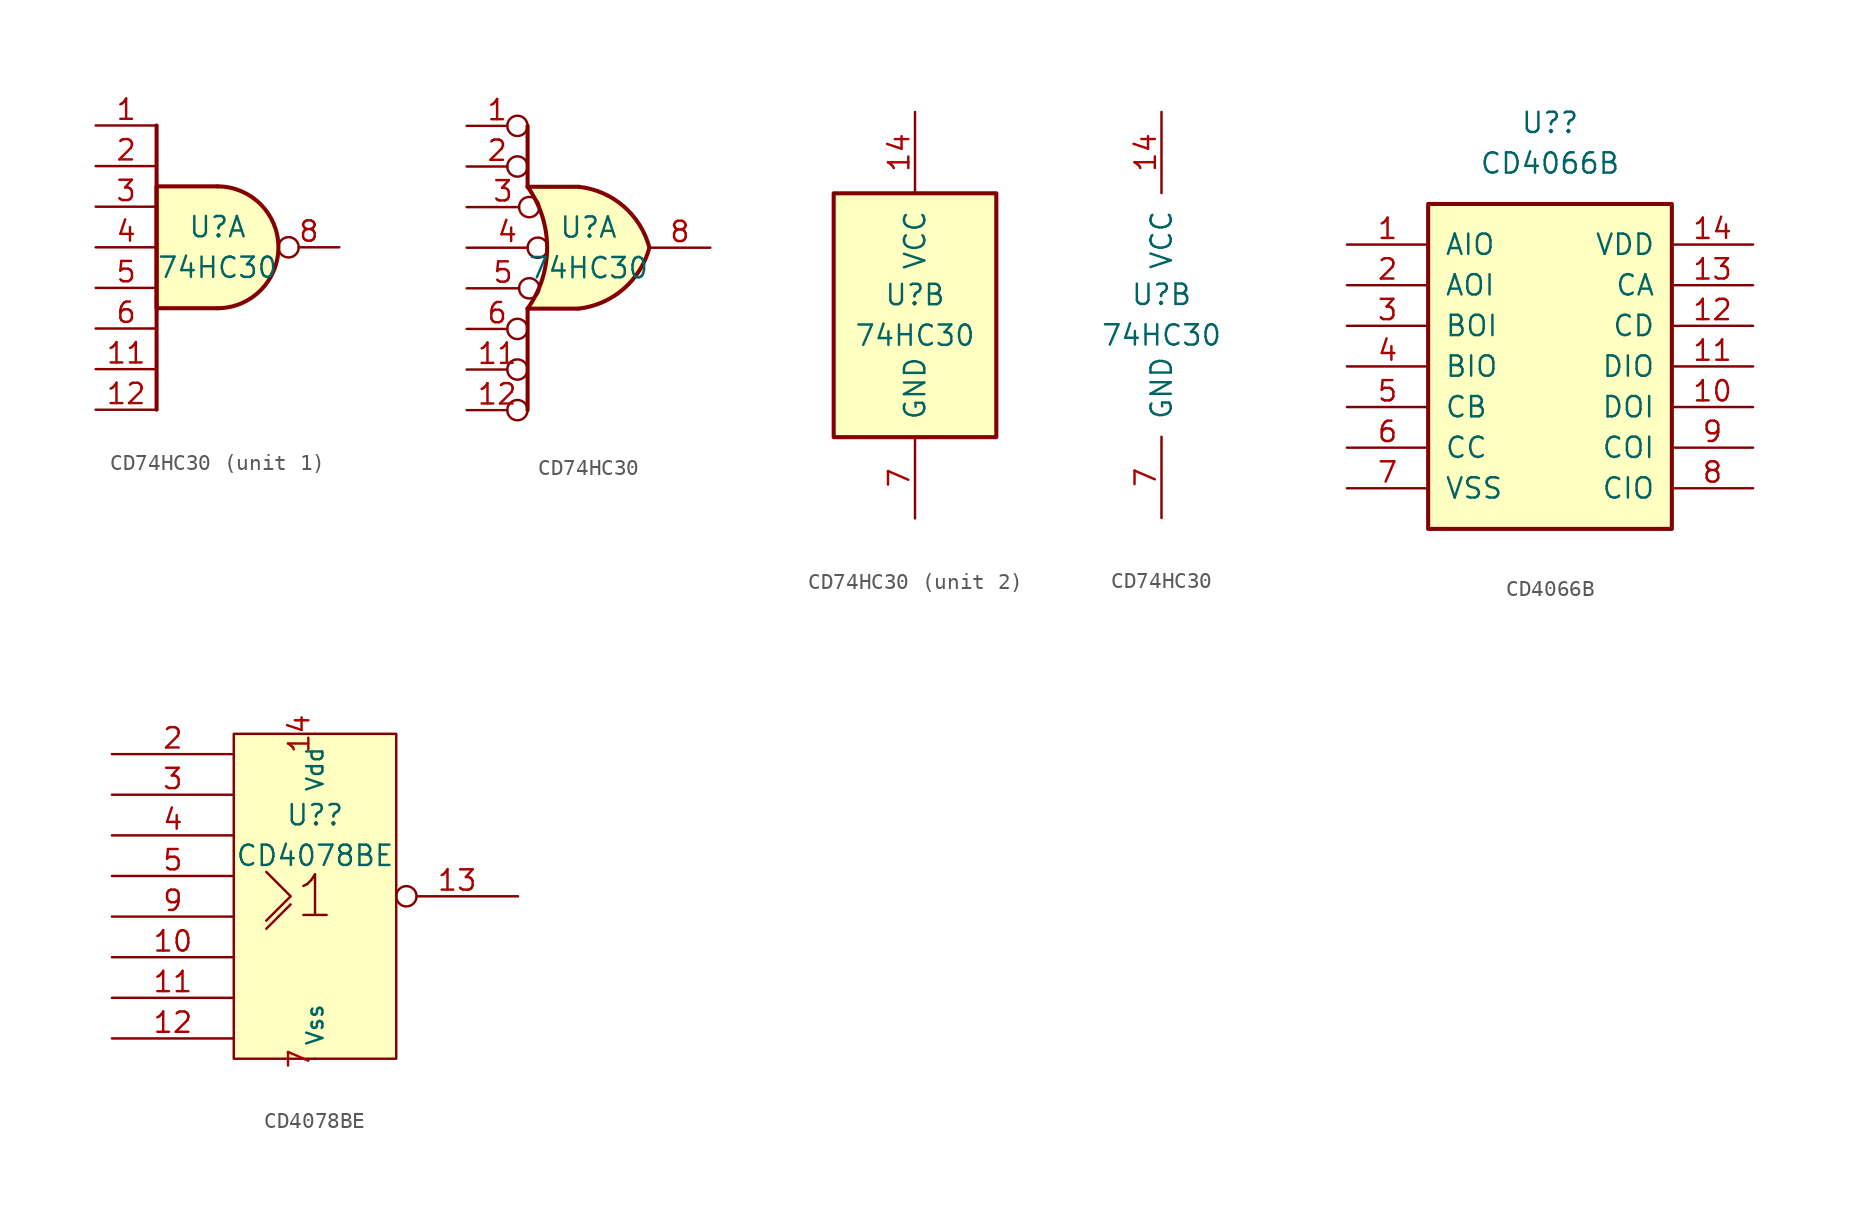
<source format=kicad_sym>
(kicad_symbol_lib
  (version 20220914)
  (generator kicad_symbol_editor)
  (symbol "CD74HC30"
    (pin_names
      (offset 1.016))
    (property "Reference" "U"
      (at 0 1.27 0)
      (effects (font (size 1.27 1.27))))
    (property "Value" "74HC30"
      (at 0 -1.27 0)
      (effects (font (size 1.27 1.27))))
    (property "ki_locked" ""
      (at 0 0 0)
      (effects (font (size 1.27 1.27))))
    (symbol "CD74HC30_1_1"
      (arc (start 0 -3.81) (mid 3.7934 0) (end 0 3.81) (stroke (width 0.254) (type default)) (fill (type background)))
      (polyline (pts (xy -3.81 7.62) (xy -3.81 -10.16)) (stroke (width 0.254) (type default)) (fill (type none)))
      (polyline (pts (xy 0 3.81) (xy -3.81 3.81) (xy -3.81 -3.81) (xy 0 -3.81)) (stroke (width 0.254) (type default)) (fill (type background)))
      (pin input line (at -7.62 7.62 0) (length 3.81) (name "~" (effects (font (size 1.27 1.27)))) (number "1" (effects (font (size 1.27 1.27)))))
      (pin input line (at -7.62 -7.62 0) (length 3.81) (name "~" (effects (font (size 1.27 1.27)))) (number "11" (effects (font (size 1.27 1.27)))))
      (pin input line (at -7.62 -10.16 0) (length 3.81) (name "~" (effects (font (size 1.27 1.27)))) (number "12" (effects (font (size 1.27 1.27)))))
      (pin input line (at -7.62 5.08 0) (length 3.81) (name "~" (effects (font (size 1.27 1.27)))) (number "2" (effects (font (size 1.27 1.27)))))
      (pin input line (at -7.62 2.54 0) (length 3.81) (name "~" (effects (font (size 1.27 1.27)))) (number "3" (effects (font (size 1.27 1.27)))))
      (pin input line (at -7.62 0 0) (length 3.81) (name "~" (effects (font (size 1.27 1.27)))) (number "4" (effects (font (size 1.27 1.27)))))
      (pin input line (at -7.62 -2.54 0) (length 3.81) (name "~" (effects (font (size 1.27 1.27)))) (number "5" (effects (font (size 1.27 1.27)))))
      (pin input line (at -7.62 -5.08 0) (length 3.81) (name "~" (effects (font (size 1.27 1.27)))) (number "6" (effects (font (size 1.27 1.27)))))
      (pin output inverted (at 7.62 0 180) (length 3.81) (name "~" (effects (font (size 1.27 1.27)))) (number "8" (effects (font (size 1.27 1.27))))))
    (symbol "CD74HC30_1_2"
      (arc (start -3.81 -3.81) (mid -2.589 0) (end -3.81 3.81) (stroke (width 0.254) (type default)) (fill (type none)))
      (arc (start -0.6096 -3.81) (mid 2.1842 -2.5851) (end 3.81 0) (stroke (width 0.254) (type default)) (fill (type background)))
      (polyline (pts (xy -3.81 -3.81) (xy -3.81 -10.16)) (stroke (width 0.254) (type default)) (fill (type none)))
      (polyline (pts (xy -3.81 -3.81) (xy -0.635 -3.81)) (stroke (width 0.254) (type default)) (fill (type background)))
      (polyline (pts (xy -3.81 3.81) (xy -0.635 3.81)) (stroke (width 0.254) (type default)) (fill (type background)))
      (polyline (pts (xy -3.81 7.62) (xy -3.81 3.81)) (stroke (width 0.254) (type default)) (fill (type none)))
      (polyline (pts (xy -0.635 3.81) (xy -3.81 3.81) (xy -3.81 3.81) (xy -3.556 3.404) (xy -3.023 2.261) (xy -2.692 1.041) (xy -2.616 -0.254) (xy -2.769 -1.499) (xy -3.175 -2.718) (xy -3.81 -3.81) (xy -3.81 -3.81) (xy -0.635 -3.81)) (stroke (width -25.4) (type default)) (fill (type background)))
      (arc (start 3.81 0) (mid 2.1915 2.5936) (end -0.6096 3.81) (stroke (width 0.254) (type default)) (fill (type background)))
      (pin input inverted (at -7.62 7.62 0) (length 3.81) (name "~" (effects (font (size 1.27 1.27)))) (number "1" (effects (font (size 1.27 1.27)))))
      (pin input inverted (at -7.62 -7.62 0) (length 3.81) (name "~" (effects (font (size 1.27 1.27)))) (number "11" (effects (font (size 1.27 1.27)))))
      (pin input inverted (at -7.62 -10.16 0) (length 3.81) (name "~" (effects (font (size 1.27 1.27)))) (number "12" (effects (font (size 1.27 1.27)))))
      (pin input inverted (at -7.62 5.08 0) (length 3.81) (name "~" (effects (font (size 1.27 1.27)))) (number "2" (effects (font (size 1.27 1.27)))))
      (pin input inverted (at -7.62 2.54 0) (length 4.547) (name "~" (effects (font (size 1.27 1.27)))) (number "3" (effects (font (size 1.27 1.27)))))
      (pin input inverted (at -7.62 0 0) (length 5.08) (name "~" (effects (font (size 1.27 1.27)))) (number "4" (effects (font (size 1.27 1.27)))))
      (pin input inverted (at -7.62 -2.54 0) (length 4.547) (name "~" (effects (font (size 1.27 1.27)))) (number "5" (effects (font (size 1.27 1.27)))))
      (pin input inverted (at -7.62 -5.08 0) (length 3.81) (name "~" (effects (font (size 1.27 1.27)))) (number "6" (effects (font (size 1.27 1.27)))))
      (pin output line (at 7.62 0 180) (length 3.81) (name "~" (effects (font (size 1.27 1.27)))) (number "8" (effects (font (size 1.27 1.27))))))
    (symbol "CD74HC30_2_0"
      (pin power_in line (at 0 12.7 270) (length 5.08) (name "VCC" (effects (font (size 1.27 1.27)))) (number "14" (effects (font (size 1.27 1.27)))))
      (pin power_in line (at 0 -12.7 90) (length 5.08) (name "GND" (effects (font (size 1.27 1.27)))) (number "7" (effects (font (size 1.27 1.27))))))
    (symbol "CD74HC30_2_1"
      (rectangle (start -5.08 7.62) (end 5.08 -7.62) (stroke (width 0.254) (type default)) (fill (type background)))))
  (symbol "CD4066B"
    (pin_names
      (offset 1.016))
    (property "Reference" "U?"
      (at 0 15.24 0)
      (effects (font (size 1.27 1.27))))
    (property "Value" "CD4066B"
      (at 0 12.7 0)
      (effects (font (size 1.27 1.27))))
    (symbol "CD4066B_1_0"
      (pin bidirectional line (at -12.7 7.62 0) (length 5.08) (name "AIO" (effects (font (size 1.27 1.27)))) (number "1" (effects (font (size 1.27 1.27)))))
      (pin bidirectional line (at 12.7 -2.54 180) (length 5.08) (name "DOI" (effects (font (size 1.27 1.27)))) (number "10" (effects (font (size 1.27 1.27)))))
      (pin bidirectional line (at 12.7 0 180) (length 5.08) (name "DIO" (effects (font (size 1.27 1.27)))) (number "11" (effects (font (size 1.27 1.27)))))
      (pin input line (at 12.7 2.54 180) (length 5.08) (name "CD" (effects (font (size 1.27 1.27)))) (number "12" (effects (font (size 1.27 1.27)))))
      (pin input line (at 12.7 5.08 180) (length 5.08) (name "CA" (effects (font (size 1.27 1.27)))) (number "13" (effects (font (size 1.27 1.27)))))
      (pin power_in line (at 12.7 7.62 180) (length 5.08) (name "VDD" (effects (font (size 1.27 1.27)))) (number "14" (effects (font (size 1.27 1.27)))))
      (pin bidirectional line (at -12.7 5.08 0) (length 5.08) (name "AOI" (effects (font (size 1.27 1.27)))) (number "2" (effects (font (size 1.27 1.27)))))
      (pin bidirectional line (at -12.7 2.54 0) (length 5.08) (name "BOI" (effects (font (size 1.27 1.27)))) (number "3" (effects (font (size 1.27 1.27)))))
      (pin bidirectional line (at -12.7 0 0) (length 5.08) (name "BIO" (effects (font (size 1.27 1.27)))) (number "4" (effects (font (size 1.27 1.27)))))
      (pin input line (at -12.7 -2.54 0) (length 5.08) (name "CB" (effects (font (size 1.27 1.27)))) (number "5" (effects (font (size 1.27 1.27)))))
      (pin input line (at -12.7 -5.08 0) (length 5.08) (name "CC" (effects (font (size 1.27 1.27)))) (number "6" (effects (font (size 1.27 1.27)))))
      (pin power_in line (at -12.7 -7.62 0) (length 5.08) (name "VSS" (effects (font (size 1.27 1.27)))) (number "7" (effects (font (size 1.27 1.27)))))
      (pin bidirectional line (at 12.7 -7.62 180) (length 5.08) (name "CIO" (effects (font (size 1.27 1.27)))) (number "8" (effects (font (size 1.27 1.27)))))
      (pin bidirectional line (at 12.7 -5.08 180) (length 5.08) (name "COI" (effects (font (size 1.27 1.27)))) (number "9" (effects (font (size 1.27 1.27))))))
    (symbol "CD4066B_1_1"
      (rectangle (start -7.62 10.16) (end 7.62 -10.16) (stroke (width 0.254) (type default)) (fill (type background)))))
  (symbol "CD4078BE"
    (pin_names
      (offset 0.762))
    (property "Reference" "U?"
      (at 0 5.08 0)
      (effects (font (size 1.27 1.27))))
    (property "Value" "CD4078BE"
      (at 0 2.54 0)
      (effects (font (size 1.27 1.27))))
    (symbol "CD4078BE_0_0"
      (rectangle (start -5.08 10.16) (end 5.08 -10.16) (stroke (width 0) (type default)) (fill (type background)))
      (polyline (pts (xy -3.048 -2.032) (xy -1.524 -0.508) (xy -1.524 -0.508)) (stroke (width 0) (type default)) (fill (type none)))
      (polyline (pts (xy -3.048 1.524) (xy -1.524 0) (xy -3.048 -1.524) (xy -3.048 -1.524)) (stroke (width 0) (type default)) (fill (type none)))
      (text "1" (at 0 0 0) (effects (font (size 2.54 2.54))))
      (pin power_in line (at 0 10.16 270) (length 0) (name "Vdd" (effects (font (size 1.016 1.016)))) (number "14" (effects (font (size 1.27 1.27)))))
      (pin power_in line (at 0 -10.16 90) (length 0) (name "Vss" (effects (font (size 1.016 1.016)))) (number "7" (effects (font (size 1.27 1.27))))))
    (symbol "CD4078BE_1_1"
      (pin output line (at -12.7 -3.81 0) (length 7.62) (name "~" (effects (font (size 1.27 1.27)))) (number "10" (effects (font (size 1.27 1.27)))))
      (pin output line (at -12.7 -6.35 0) (length 7.62) (name "~" (effects (font (size 1.27 1.27)))) (number "11" (effects (font (size 1.27 1.27)))))
      (pin power_in line (at -12.7 -8.89 0) (length 7.62) (name "~" (effects (font (size 1.016 1.016)))) (number "12" (effects (font (size 1.27 1.27)))))
      (pin output inverted (at 12.7 0 180) (length 7.62) (name "~" (effects (font (size 1.27 1.27)))) (number "13" (effects (font (size 1.27 1.27)))))
      (pin input line (at -12.7 8.89 0) (length 7.62) (name "~" (effects (font (size 1.27 1.27)))) (number "2" (effects (font (size 1.27 1.27)))))
      (pin input line (at -12.7 6.35 0) (length 7.62) (name "~" (effects (font (size 1.27 1.27)))) (number "3" (effects (font (size 1.27 1.27)))))
      (pin input line (at -12.7 3.81 0) (length 7.62) (name "~" (effects (font (size 1.27 1.27)))) (number "4" (effects (font (size 1.27 1.27)))))
      (pin output line (at -12.7 1.27 0) (length 7.62) (name "~" (effects (font (size 1.27 1.27)))) (number "5" (effects (font (size 1.27 1.27)))))
      (pin output line (at -12.7 -1.27 0) (length 7.62) (name "~" (effects (font (size 1.27 1.27)))) (number "9" (effects (font (size 1.27 1.27))))))))
</source>
